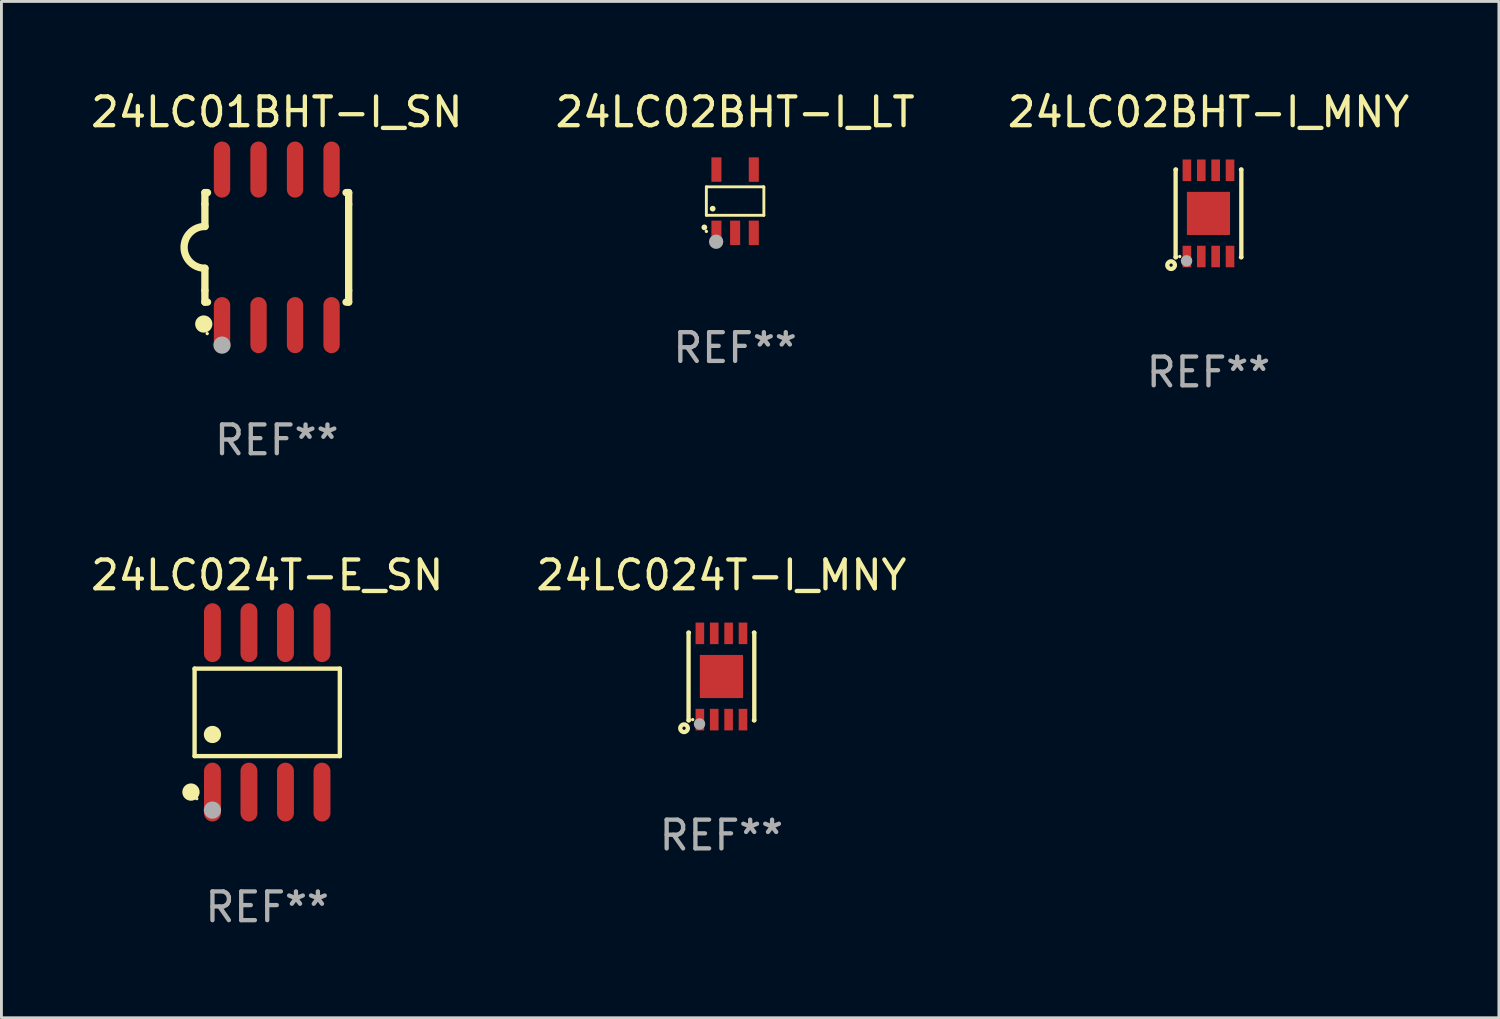
<source format=kicad_pcb>
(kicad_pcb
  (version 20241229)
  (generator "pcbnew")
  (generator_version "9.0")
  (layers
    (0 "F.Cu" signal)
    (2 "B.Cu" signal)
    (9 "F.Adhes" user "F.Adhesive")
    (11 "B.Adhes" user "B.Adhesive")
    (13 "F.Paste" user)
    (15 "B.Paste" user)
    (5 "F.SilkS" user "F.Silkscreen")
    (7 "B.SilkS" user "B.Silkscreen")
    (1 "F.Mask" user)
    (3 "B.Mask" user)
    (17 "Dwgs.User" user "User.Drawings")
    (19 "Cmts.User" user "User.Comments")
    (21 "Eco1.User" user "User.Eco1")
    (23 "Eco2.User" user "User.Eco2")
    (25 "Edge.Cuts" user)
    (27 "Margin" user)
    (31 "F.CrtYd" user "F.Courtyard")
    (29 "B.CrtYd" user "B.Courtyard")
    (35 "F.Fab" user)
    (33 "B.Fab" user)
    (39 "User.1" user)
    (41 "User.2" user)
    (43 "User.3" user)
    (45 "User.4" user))
  (footprint "24LC02BHT-I_MNY"
    (layer "F.Cu")
    (at 38.982 4.372)
    (property "Reference" "24LC02BHT-I_MNY" (at 0 -3.524 0) (layer "F.SilkS") (effects (font (size 1 1) (thickness 0.15))))
    (attr through_hole)
    (fp_line (start -1.143 -1.524) (end -1.143 1.524) (stroke (width 0.15) (type solid)) (layer "F.SilkS"))
    (fp_line (start -1.143 1.524) (end -1.129 1.524) (stroke (width 0.15) (type solid)) (layer "F.SilkS"))
    (fp_line (start -1.129 -1.524) (end -1.143 -1.524) (stroke (width 0.15) (type solid)) (layer "F.SilkS"))
    (fp_line (start 1.129 1.524) (end 1.143 1.524) (stroke (width 0.15) (type solid)) (layer "F.SilkS"))
    (fp_line (start 1.143 -1.524) (end 1.129 -1.524) (stroke (width 0.15) (type solid)) (layer "F.SilkS"))
    (fp_line (start 1.143 1.524) (end 1.143 -1.524) (stroke (width 0.15) (type solid)) (layer "F.SilkS"))
    (fp_circle (center -1.3 1.8) (end -1.243 1.8) (stroke (width 0.15) (type solid)) (fill no) (layer "F.SilkS"))
    (fp_circle (center -1 1.5) (end -0.97 1.5) (stroke (width 0.06) (type solid)) (fill no) (layer "F.SilkS"))
    (fp_circle (center -0.762 1.651) (end -0.662 1.651) (stroke (width 0.2) (type solid)) (fill no) (layer "F.Fab"))
    (fp_text user "REF**" (at 0 5.524 0) (layer "F.Fab") (effects (font (size 1 1) (thickness 0.15))))
    (pad "1" smd rect (at -0.75 1.5 90) (size 0.75 0.3) (layers "F.Cu" "F.Mask" "F.Paste"))
    (pad "2" smd rect (at -0.25 1.5 90) (size 0.75 0.3) (layers "F.Cu" "F.Mask" "F.Paste"))
    (pad "3" smd rect (at 0.25 1.5 90) (size 0.75 0.3) (layers "F.Cu" "F.Mask" "F.Paste"))
    (pad "4" smd rect (at 0.75 1.5 90) (size 0.75 0.3) (layers "F.Cu" "F.Mask" "F.Paste"))
    (pad "5" smd rect (at 0.75 -1.5 90) (size 0.75 0.3) (layers "F.Cu" "F.Mask" "F.Paste"))
    (pad "6" smd rect (at 0.25 -1.5 90) (size 0.75 0.3) (layers "F.Cu" "F.Mask" "F.Paste"))
    (pad "7" smd rect (at -0.25 -1.5 90) (size 0.75 0.3) (layers "F.Cu" "F.Mask" "F.Paste"))
    (pad "8" smd rect (at -0.75 -1.5 90) (size 0.75 0.3) (layers "F.Cu" "F.Mask" "F.Paste"))
    (pad "9" smd rect (at -0.000203 0.000457 90) (size 1.5 1.5) (layers "F.Cu" "F.Mask" "F.Paste")))
  (footprint "24LC024T-E_SN"
    (layer "F.Cu")
    (at 6.244 21.727)
    (property "Reference" "24LC024T-E_SN" (at 0 -4.772 0) (layer "F.SilkS") (effects (font (size 1 1) (thickness 0.15))))
    (attr through_hole)
    (fp_line (start -2.526 -1.521) (end 2.526 -1.521) (stroke (width 0.152) (type solid)) (layer "F.SilkS"))
    (fp_line (start -2.526 1.521) (end -2.526 -1.521) (stroke (width 0.152) (type solid)) (layer "F.SilkS"))
    (fp_line (start 2.526 -1.521) (end 2.526 1.521) (stroke (width 0.152) (type solid)) (layer "F.SilkS"))
    (fp_line (start 2.526 1.521) (end -2.526 1.521) (stroke (width 0.152) (type solid)) (layer "F.SilkS"))
    (fp_circle (center -2.652 2.772) (end -2.501 2.772) (stroke (width 0.3) (type solid)) (fill no) (layer "F.SilkS"))
    (fp_circle (center -2.45 3) (end -2.42 3) (stroke (width 0.06) (type solid)) (fill no) (layer "F.SilkS"))
    (fp_circle (center -1.905 0.769) (end -1.755 0.769) (stroke (width 0.3) (type solid)) (fill no) (layer "F.SilkS"))
    (fp_circle (center -1.905 3.4) (end -1.755 3.4) (stroke (width 0.3) (type solid)) (fill no) (layer "F.Fab"))
    (fp_text user "REF**" (at 0 6.772 0) (layer "F.Fab") (effects (font (size 1 1) (thickness 0.15))))
    (pad "1" smd oval (at -1.905 2.772) (size 0.588 2.045) (layers "F.Cu" "F.Mask" "F.Paste"))
    (pad "2" smd oval (at -0.635 2.772) (size 0.588 2.045) (layers "F.Cu" "F.Mask" "F.Paste"))
    (pad "3" smd oval (at 0.635 2.772) (size 0.588 2.045) (layers "F.Cu" "F.Mask" "F.Paste"))
    (pad "4" smd oval (at 1.905 2.772) (size 0.588 2.045) (layers "F.Cu" "F.Mask" "F.Paste"))
    (pad "5" smd oval (at 1.905 -2.772) (size 0.588 2.045) (layers "F.Cu" "F.Mask" "F.Paste"))
    (pad "6" smd oval (at 0.635 -2.772) (size 0.588 2.045) (layers "F.Cu" "F.Mask" "F.Paste"))
    (pad "7" smd oval (at -0.635 -2.772) (size 0.588 2.045) (layers "F.Cu" "F.Mask" "F.Paste"))
    (pad "8" smd oval (at -1.905 -2.772) (size 0.588 2.045) (layers "F.Cu" "F.Mask" "F.Paste")))
  (footprint "24LC024T-I_MNY"
    (layer "F.Cu")
    (at 22.042 20.479)
    (property "Reference" "24LC024T-I_MNY" (at 0 -3.524 0) (layer "F.SilkS") (effects (font (size 1 1) (thickness 0.15))))
    (attr through_hole)
    (fp_line (start -1.143 -1.524) (end -1.143 1.524) (stroke (width 0.15) (type solid)) (layer "F.SilkS"))
    (fp_line (start -1.143 1.524) (end -1.129 1.524) (stroke (width 0.15) (type solid)) (layer "F.SilkS"))
    (fp_line (start -1.129 -1.524) (end -1.143 -1.524) (stroke (width 0.15) (type solid)) (layer "F.SilkS"))
    (fp_line (start 1.129 1.524) (end 1.143 1.524) (stroke (width 0.15) (type solid)) (layer "F.SilkS"))
    (fp_line (start 1.143 -1.524) (end 1.129 -1.524) (stroke (width 0.15) (type solid)) (layer "F.SilkS"))
    (fp_line (start 1.143 1.524) (end 1.143 -1.524) (stroke (width 0.15) (type solid)) (layer "F.SilkS"))
    (fp_circle (center -1.3 1.8) (end -1.243 1.8) (stroke (width 0.15) (type solid)) (fill no) (layer "F.SilkS"))
    (fp_circle (center -1 1.5) (end -0.97 1.5) (stroke (width 0.06) (type solid)) (fill no) (layer "F.SilkS"))
    (fp_circle (center -0.762 1.651) (end -0.662 1.651) (stroke (width 0.2) (type solid)) (fill no) (layer "F.Fab"))
    (fp_text user "REF**" (at 0 5.524 0) (layer "F.Fab") (effects (font (size 1 1) (thickness 0.15))))
    (pad "1" smd rect (at -0.75 1.5 90) (size 0.75 0.3) (layers "F.Cu" "F.Mask" "F.Paste"))
    (pad "2" smd rect (at -0.25 1.5 90) (size 0.75 0.3) (layers "F.Cu" "F.Mask" "F.Paste"))
    (pad "3" smd rect (at 0.25 1.5 90) (size 0.75 0.3) (layers "F.Cu" "F.Mask" "F.Paste"))
    (pad "4" smd rect (at 0.75 1.5 90) (size 0.75 0.3) (layers "F.Cu" "F.Mask" "F.Paste"))
    (pad "5" smd rect (at 0.75 -1.5 90) (size 0.75 0.3) (layers "F.Cu" "F.Mask" "F.Paste"))
    (pad "6" smd rect (at 0.25 -1.5 90) (size 0.75 0.3) (layers "F.Cu" "F.Mask" "F.Paste"))
    (pad "7" smd rect (at -0.25 -1.5 90) (size 0.75 0.3) (layers "F.Cu" "F.Mask" "F.Paste"))
    (pad "8" smd rect (at -0.75 -1.5 90) (size 0.75 0.3) (layers "F.Cu" "F.Mask" "F.Paste"))
    (pad "9" smd rect (at -0.000203 0.000457 90) (size 1.5 1.5) (layers "F.Cu" "F.Mask" "F.Paste")))
  (footprint "24LC02BHT-I_LT"
    (layer "F.Cu")
    (at 22.518 3.948)
    (property "Reference" "24LC02BHT-I_LT" (at 0 -3.1 0) (layer "F.SilkS") (effects (font (size 1 1) (thickness 0.15))))
    (attr through_hole)
    (fp_line (start -1 -0.5) (end -1 0.49) (stroke (width 0.1) (type solid)) (layer "F.SilkS"))
    (fp_line (start -1 0.49) (end 1 0.49) (stroke (width 0.1) (type solid)) (layer "F.SilkS"))
    (fp_line (start 0.99 -0.5) (end -1 -0.5) (stroke (width 0.1) (type solid)) (layer "F.SilkS"))
    (fp_line (start 1 -0.49) (end 0.99 -0.5) (stroke (width 0.1) (type solid)) (layer "F.SilkS"))
    (fp_line (start 1 0.49) (end 1 -0.49) (stroke (width 0.1) (type solid)) (layer "F.SilkS"))
    (fp_circle (center -1.07 0.91) (end -1.02 0.91) (stroke (width 0.1) (type solid)) (fill no) (layer "F.SilkS"))
    (fp_circle (center -1 1.05) (end -0.97 1.05) (stroke (width 0.06) (type solid)) (fill no) (layer "F.SilkS"))
    (fp_circle (center -0.78 0.26) (end -0.73 0.26) (stroke (width 0.1) (type solid)) (fill no) (layer "F.SilkS"))
    (fp_circle (center -0.66 1.41) (end -0.535 1.41) (stroke (width 0.25) (type solid)) (fill no) (layer "F.Fab"))
    (fp_text user "REF**" (at 0 5.1 0) (layer "F.Fab") (effects (font (size 1 1) (thickness 0.15))))
    (pad "1" smd rect (at -0.65 1.1) (size 0.35 0.85) (layers "F.Cu" "F.Mask" "F.Paste"))
    (pad "2" smd rect (at 0.000051 1.1) (size 0.35 0.85) (layers "F.Cu" "F.Mask" "F.Paste"))
    (pad "3" smd rect (at 0.65 1.1) (size 0.35 0.85) (layers "F.Cu" "F.Mask" "F.Paste"))
    (pad "4" smd rect (at 0.65 -1.1) (size 0.35 0.85) (layers "F.Cu" "F.Mask" "F.Paste"))
    (pad "5" smd rect (at -0.65 -1.1) (size 0.35 0.85) (layers "F.Cu" "F.Mask" "F.Paste")))
  (footprint "24LC01BHT-I_SN"
    (layer "F.Cu")
    (at 6.577 5.553)
    (property "Reference" "24LC01BHT-I_SN" (at 0 -4.705 0) (layer "F.SilkS") (effects (font (size 1 1) (thickness 0.15))))
    (attr through_hole)
    (fp_line (start -2.5 -1.905) (end -2.409 -1.905) (stroke (width 0.254) (type solid)) (layer "F.SilkS"))
    (fp_line (start -2.5 -1.5) (end -2.5 -1.905) (stroke (width 0.254) (type solid)) (layer "F.SilkS"))
    (fp_line (start -2.5 -1.5) (end -2.5 -0.726) (stroke (width 0.254) (type solid)) (layer "F.SilkS"))
    (fp_line (start -2.5 1.5) (end -2.5 0.727) (stroke (width 0.254) (type solid)) (layer "F.SilkS"))
    (fp_line (start -2.5 1.5) (end -2.5 1.905) (stroke (width 0.254) (type solid)) (layer "F.SilkS"))
    (fp_line (start -2.5 1.905) (end -2.409 1.905) (stroke (width 0.254) (type solid)) (layer "F.SilkS"))
    (fp_line (start 2.5 -1.905) (end 2.409 -1.905) (stroke (width 0.254) (type solid)) (layer "F.SilkS"))
    (fp_line (start 2.5 -1.5) (end 2.5 -1.905) (stroke (width 0.254) (type solid)) (layer "F.SilkS"))
    (fp_line (start 2.5 -1.5) (end 2.5 1.5) (stroke (width 0.254) (type solid)) (layer "F.SilkS"))
    (fp_line (start 2.5 1.5) (end 2.5 1.905) (stroke (width 0.254) (type solid)) (layer "F.SilkS"))
    (fp_line (start 2.5 1.905) (end 2.409 1.905) (stroke (width 0.254) (type solid)) (layer "F.SilkS"))
    (fp_arc (start -2.5 0.726568) (mid -3.220316 -0.0023) (end -2.495097 -0.726289) (stroke (width 0.254001) (type solid)) (layer "F.SilkS"))
    (fp_circle (center -2.54 2.667) (end -2.39 2.667) (stroke (width 0.3) (type solid)) (fill no) (layer "F.SilkS"))
    (fp_circle (center -2.42 3) (end -2.39 3) (stroke (width 0.06) (type solid)) (fill no) (layer "F.SilkS"))
    (fp_circle (center -1.905 3.4) (end -1.755 3.4) (stroke (width 0.3) (type solid)) (fill no) (layer "F.Fab"))
    (fp_text user "REF**" (at 0 6.705 0) (layer "F.Fab") (effects (font (size 1 1) (thickness 0.15))))
    (pad "1" smd oval (at -1.905 2.705) (size 0.568 1.95) (layers "F.Cu" "F.Mask" "F.Paste"))
    (pad "2" smd oval (at -0.635 2.705) (size 0.568 1.95) (layers "F.Cu" "F.Mask" "F.Paste"))
    (pad "3" smd oval (at 0.635 2.705) (size 0.568 1.95) (layers "F.Cu" "F.Mask" "F.Paste"))
    (pad "4" smd oval (at 1.905 2.705) (size 0.568 1.95) (layers "F.Cu" "F.Mask" "F.Paste"))
    (pad "5" smd oval (at 1.905 -2.705) (size 0.568 1.95) (layers "F.Cu" "F.Mask" "F.Paste"))
    (pad "6" smd oval (at 0.635 -2.705) (size 0.568 1.95) (layers "F.Cu" "F.Mask" "F.Paste"))
    (pad "7" smd oval (at -0.635 -2.705) (size 0.568 1.95) (layers "F.Cu" "F.Mask" "F.Paste"))
    (pad "8" smd oval (at -1.905 -2.705) (size 0.568 1.95) (layers "F.Cu" "F.Mask" "F.Paste")))
  (gr_rect
    (start -3 -3)
    (end 49.083 32.348)
    (stroke (width 0.1) (type default))
    (fill no)
    (layer "Edge.Cuts")))
</source>
